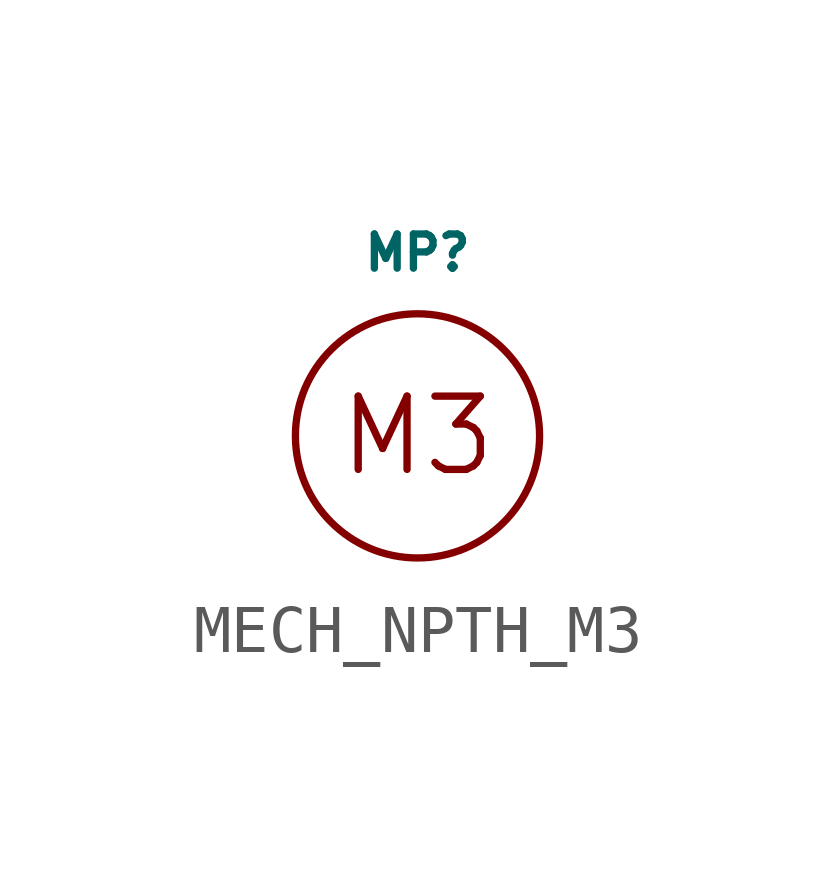
<source format=kicad_sym>
(kicad_symbol_lib
  (version 20211014)
  (generator kicad_symbol_editor)
  (symbol "MECH_NPTH_M3"
    (pin_names
      (offset 1.016))
    (property "Reference" "MP"
      (at 0 3.81 0)
      (effects (font (size 0.711 0.711))))
    (property "Datasheet" ""
      (at 0 3.81 0)
      (effects (font (size 1.524 1.524))))
    (symbol "MECH_NPTH_M3_0_0"
      (text "M3" (at 0 0 0) (effects (font (size 1.524 1.524)))))
    (symbol "MECH_NPTH_M3_0_1"
      (circle (center 0 0) (radius 2.54) (stroke (width 0) (type default) (color 0 0 0 0)) (fill (type none))))))
</source>
